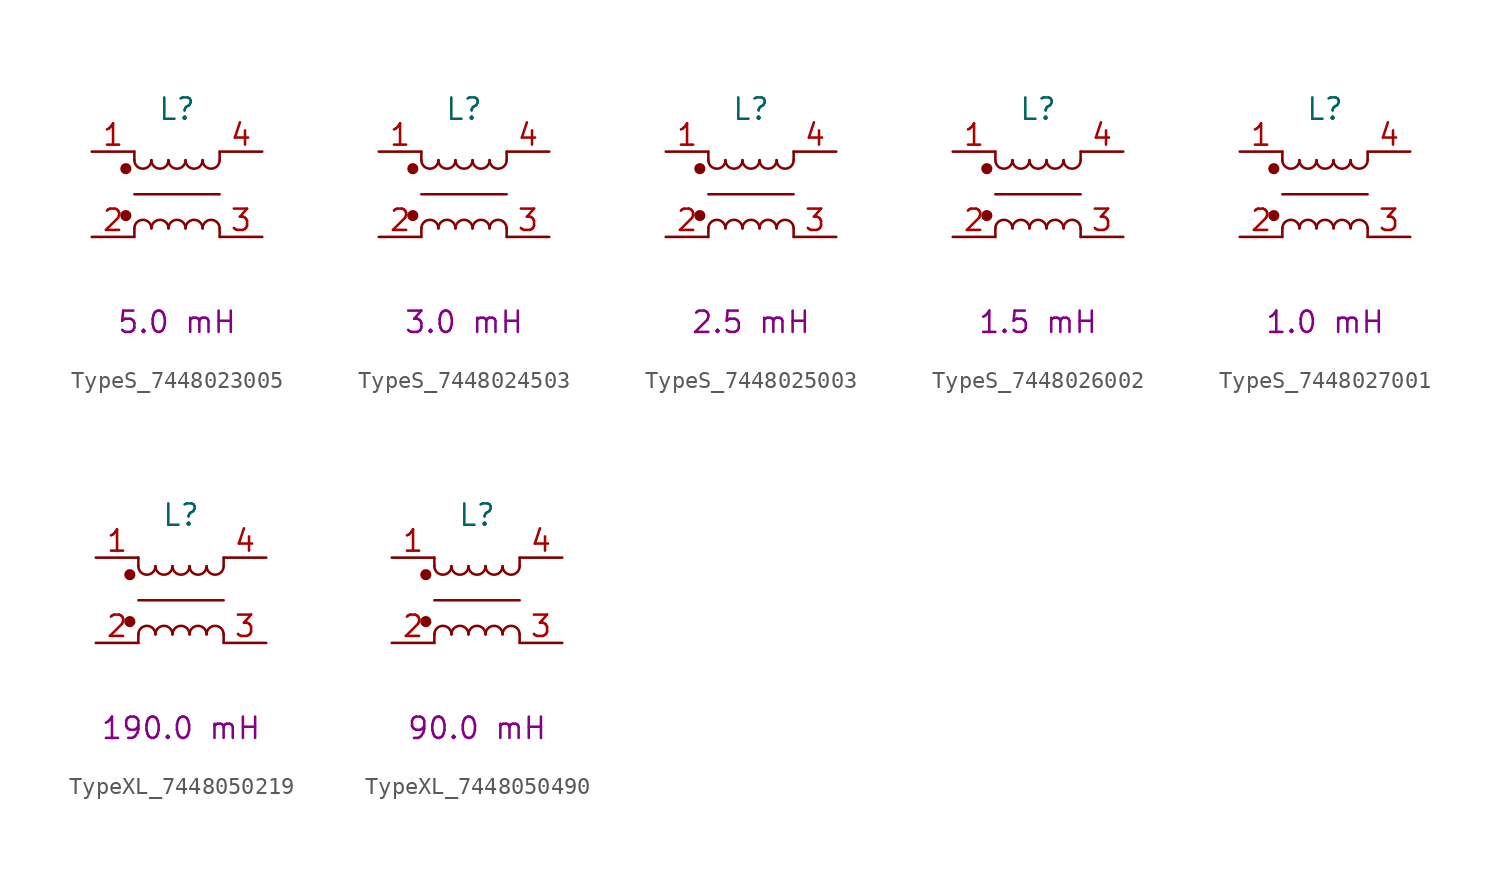
<source format=kicad_sym>
(kicad_symbol_lib
  (version 20220914)
  (generator kicad_symbol_editor)
  (symbol "TypeS_7448023005"
    (pin_names hide)
    (property "Reference" "L"
      (at 0 5.08 0)
      (effects (font (size 1.27 1.27))))
    (property "Critical Parameter" "5.0 mH"
      (at 0 -7.62 0)
      (effects (font (size 1.27 1.27))))
    (symbol "TypeS_7448023005_0_1"
      (circle (center -3.048 -1.27) (radius 0.254) (stroke (width 0) (type default)) (fill (type outline)))
      (circle (center -3.048 1.524) (radius 0.254) (stroke (width 0) (type default)) (fill (type outline)))
      (arc (start -2.54 2.032) (mid -2.032 1.5262) (end -1.524 2.032) (stroke (width 0) (type default)) (fill (type none)))
      (arc (start -1.524 -2.032) (mid -2.032 -1.5262) (end -2.54 -2.032) (stroke (width 0) (type default)) (fill (type none)))
      (arc (start -1.524 2.032) (mid -1.016 1.5262) (end -0.508 2.032) (stroke (width 0) (type default)) (fill (type none)))
      (arc (start -0.508 -2.032) (mid -1.016 -1.5262) (end -1.524 -2.032) (stroke (width 0) (type default)) (fill (type none)))
      (arc (start -0.508 2.032) (mid 0 1.5262) (end 0.508 2.032) (stroke (width 0) (type default)) (fill (type none)))
      (polyline (pts (xy -2.54 -2.032) (xy -2.54 -2.54)) (stroke (width 0) (type default)) (fill (type none)))
      (polyline (pts (xy -2.54 2.032) (xy -2.54 2.54)) (stroke (width 0) (type default)) (fill (type none)))
      (polyline (pts (xy 2.54 -2.032) (xy 2.54 -2.54)) (stroke (width 0) (type default)) (fill (type none)))
      (polyline (pts (xy 2.54 0) (xy -2.54 0)) (stroke (width 0) (type default)) (fill (type none)))
      (polyline (pts (xy 2.54 2.54) (xy 2.54 2.032)) (stroke (width 0) (type default)) (fill (type none)))
      (arc (start 0.508 -2.032) (mid 0 -1.5262) (end -0.508 -2.032) (stroke (width 0) (type default)) (fill (type none)))
      (arc (start 0.508 2.032) (mid 1.016 1.5262) (end 1.524 2.032) (stroke (width 0) (type default)) (fill (type none)))
      (arc (start 1.524 -2.032) (mid 1.016 -1.5262) (end 0.508 -2.032) (stroke (width 0) (type default)) (fill (type none)))
      (arc (start 1.524 2.032) (mid 2.032 1.5262) (end 2.54 2.032) (stroke (width 0) (type default)) (fill (type none)))
      (arc (start 2.54 -2.032) (mid 2.032 -1.5262) (end 1.524 -2.032) (stroke (width 0) (type default)) (fill (type none))))
    (symbol "TypeS_7448023005_1_1"
      (pin passive line (at -5.08 2.54 0) (length 2.54) (name "1" (effects (font (size 1.27 1.27)))) (number "1" (effects (font (size 1.27 1.27)))))
      (pin passive line (at -5.08 -2.54 0) (length 2.54) (name "2" (effects (font (size 1.27 1.27)))) (number "2" (effects (font (size 1.27 1.27)))))
      (pin passive line (at 5.08 -2.54 180) (length 2.54) (name "3" (effects (font (size 1.27 1.27)))) (number "3" (effects (font (size 1.27 1.27)))))
      (pin passive line (at 5.08 2.54 180) (length 2.54) (name "4" (effects (font (size 1.27 1.27)))) (number "4" (effects (font (size 1.27 1.27)))))))
  (symbol "TypeS_7448024503"
    (pin_names hide)
    (property "Reference" "L"
      (at 0 5.08 0)
      (effects (font (size 1.27 1.27))))
    (property "Critical Parameter" "3.0 mH"
      (at 0 -7.62 0)
      (effects (font (size 1.27 1.27))))
    (symbol "TypeS_7448024503_0_1"
      (circle (center -3.048 -1.27) (radius 0.254) (stroke (width 0) (type default)) (fill (type outline)))
      (circle (center -3.048 1.524) (radius 0.254) (stroke (width 0) (type default)) (fill (type outline)))
      (arc (start -2.54 2.032) (mid -2.032 1.5262) (end -1.524 2.032) (stroke (width 0) (type default)) (fill (type none)))
      (arc (start -1.524 -2.032) (mid -2.032 -1.5262) (end -2.54 -2.032) (stroke (width 0) (type default)) (fill (type none)))
      (arc (start -1.524 2.032) (mid -1.016 1.5262) (end -0.508 2.032) (stroke (width 0) (type default)) (fill (type none)))
      (arc (start -0.508 -2.032) (mid -1.016 -1.5262) (end -1.524 -2.032) (stroke (width 0) (type default)) (fill (type none)))
      (arc (start -0.508 2.032) (mid 0 1.5262) (end 0.508 2.032) (stroke (width 0) (type default)) (fill (type none)))
      (polyline (pts (xy -2.54 -2.032) (xy -2.54 -2.54)) (stroke (width 0) (type default)) (fill (type none)))
      (polyline (pts (xy -2.54 2.032) (xy -2.54 2.54)) (stroke (width 0) (type default)) (fill (type none)))
      (polyline (pts (xy 2.54 -2.032) (xy 2.54 -2.54)) (stroke (width 0) (type default)) (fill (type none)))
      (polyline (pts (xy 2.54 0) (xy -2.54 0)) (stroke (width 0) (type default)) (fill (type none)))
      (polyline (pts (xy 2.54 2.54) (xy 2.54 2.032)) (stroke (width 0) (type default)) (fill (type none)))
      (arc (start 0.508 -2.032) (mid 0 -1.5262) (end -0.508 -2.032) (stroke (width 0) (type default)) (fill (type none)))
      (arc (start 0.508 2.032) (mid 1.016 1.5262) (end 1.524 2.032) (stroke (width 0) (type default)) (fill (type none)))
      (arc (start 1.524 -2.032) (mid 1.016 -1.5262) (end 0.508 -2.032) (stroke (width 0) (type default)) (fill (type none)))
      (arc (start 1.524 2.032) (mid 2.032 1.5262) (end 2.54 2.032) (stroke (width 0) (type default)) (fill (type none)))
      (arc (start 2.54 -2.032) (mid 2.032 -1.5262) (end 1.524 -2.032) (stroke (width 0) (type default)) (fill (type none))))
    (symbol "TypeS_7448024503_1_1"
      (pin passive line (at -5.08 2.54 0) (length 2.54) (name "1" (effects (font (size 1.27 1.27)))) (number "1" (effects (font (size 1.27 1.27)))))
      (pin passive line (at -5.08 -2.54 0) (length 2.54) (name "2" (effects (font (size 1.27 1.27)))) (number "2" (effects (font (size 1.27 1.27)))))
      (pin passive line (at 5.08 -2.54 180) (length 2.54) (name "3" (effects (font (size 1.27 1.27)))) (number "3" (effects (font (size 1.27 1.27)))))
      (pin passive line (at 5.08 2.54 180) (length 2.54) (name "4" (effects (font (size 1.27 1.27)))) (number "4" (effects (font (size 1.27 1.27)))))))
  (symbol "TypeS_7448025003"
    (pin_names hide)
    (property "Reference" "L"
      (at 0 5.08 0)
      (effects (font (size 1.27 1.27))))
    (property "Critical Parameter" "2.5 mH"
      (at 0 -7.62 0)
      (effects (font (size 1.27 1.27))))
    (symbol "TypeS_7448025003_0_1"
      (circle (center -3.048 -1.27) (radius 0.254) (stroke (width 0) (type default)) (fill (type outline)))
      (circle (center -3.048 1.524) (radius 0.254) (stroke (width 0) (type default)) (fill (type outline)))
      (arc (start -2.54 2.032) (mid -2.032 1.5262) (end -1.524 2.032) (stroke (width 0) (type default)) (fill (type none)))
      (arc (start -1.524 -2.032) (mid -2.032 -1.5262) (end -2.54 -2.032) (stroke (width 0) (type default)) (fill (type none)))
      (arc (start -1.524 2.032) (mid -1.016 1.5262) (end -0.508 2.032) (stroke (width 0) (type default)) (fill (type none)))
      (arc (start -0.508 -2.032) (mid -1.016 -1.5262) (end -1.524 -2.032) (stroke (width 0) (type default)) (fill (type none)))
      (arc (start -0.508 2.032) (mid 0 1.5262) (end 0.508 2.032) (stroke (width 0) (type default)) (fill (type none)))
      (polyline (pts (xy -2.54 -2.032) (xy -2.54 -2.54)) (stroke (width 0) (type default)) (fill (type none)))
      (polyline (pts (xy -2.54 2.032) (xy -2.54 2.54)) (stroke (width 0) (type default)) (fill (type none)))
      (polyline (pts (xy 2.54 -2.032) (xy 2.54 -2.54)) (stroke (width 0) (type default)) (fill (type none)))
      (polyline (pts (xy 2.54 0) (xy -2.54 0)) (stroke (width 0) (type default)) (fill (type none)))
      (polyline (pts (xy 2.54 2.54) (xy 2.54 2.032)) (stroke (width 0) (type default)) (fill (type none)))
      (arc (start 0.508 -2.032) (mid 0 -1.5262) (end -0.508 -2.032) (stroke (width 0) (type default)) (fill (type none)))
      (arc (start 0.508 2.032) (mid 1.016 1.5262) (end 1.524 2.032) (stroke (width 0) (type default)) (fill (type none)))
      (arc (start 1.524 -2.032) (mid 1.016 -1.5262) (end 0.508 -2.032) (stroke (width 0) (type default)) (fill (type none)))
      (arc (start 1.524 2.032) (mid 2.032 1.5262) (end 2.54 2.032) (stroke (width 0) (type default)) (fill (type none)))
      (arc (start 2.54 -2.032) (mid 2.032 -1.5262) (end 1.524 -2.032) (stroke (width 0) (type default)) (fill (type none))))
    (symbol "TypeS_7448025003_1_1"
      (pin passive line (at -5.08 2.54 0) (length 2.54) (name "1" (effects (font (size 1.27 1.27)))) (number "1" (effects (font (size 1.27 1.27)))))
      (pin passive line (at -5.08 -2.54 0) (length 2.54) (name "2" (effects (font (size 1.27 1.27)))) (number "2" (effects (font (size 1.27 1.27)))))
      (pin passive line (at 5.08 -2.54 180) (length 2.54) (name "3" (effects (font (size 1.27 1.27)))) (number "3" (effects (font (size 1.27 1.27)))))
      (pin passive line (at 5.08 2.54 180) (length 2.54) (name "4" (effects (font (size 1.27 1.27)))) (number "4" (effects (font (size 1.27 1.27)))))))
  (symbol "TypeS_7448026002"
    (pin_names hide)
    (property "Reference" "L"
      (at 0 5.08 0)
      (effects (font (size 1.27 1.27))))
    (property "Critical Parameter" "1.5 mH"
      (at 0 -7.62 0)
      (effects (font (size 1.27 1.27))))
    (symbol "TypeS_7448026002_0_1"
      (circle (center -3.048 -1.27) (radius 0.254) (stroke (width 0) (type default)) (fill (type outline)))
      (circle (center -3.048 1.524) (radius 0.254) (stroke (width 0) (type default)) (fill (type outline)))
      (arc (start -2.54 2.032) (mid -2.032 1.5262) (end -1.524 2.032) (stroke (width 0) (type default)) (fill (type none)))
      (arc (start -1.524 -2.032) (mid -2.032 -1.5262) (end -2.54 -2.032) (stroke (width 0) (type default)) (fill (type none)))
      (arc (start -1.524 2.032) (mid -1.016 1.5262) (end -0.508 2.032) (stroke (width 0) (type default)) (fill (type none)))
      (arc (start -0.508 -2.032) (mid -1.016 -1.5262) (end -1.524 -2.032) (stroke (width 0) (type default)) (fill (type none)))
      (arc (start -0.508 2.032) (mid 0 1.5262) (end 0.508 2.032) (stroke (width 0) (type default)) (fill (type none)))
      (polyline (pts (xy -2.54 -2.032) (xy -2.54 -2.54)) (stroke (width 0) (type default)) (fill (type none)))
      (polyline (pts (xy -2.54 2.032) (xy -2.54 2.54)) (stroke (width 0) (type default)) (fill (type none)))
      (polyline (pts (xy 2.54 -2.032) (xy 2.54 -2.54)) (stroke (width 0) (type default)) (fill (type none)))
      (polyline (pts (xy 2.54 0) (xy -2.54 0)) (stroke (width 0) (type default)) (fill (type none)))
      (polyline (pts (xy 2.54 2.54) (xy 2.54 2.032)) (stroke (width 0) (type default)) (fill (type none)))
      (arc (start 0.508 -2.032) (mid 0 -1.5262) (end -0.508 -2.032) (stroke (width 0) (type default)) (fill (type none)))
      (arc (start 0.508 2.032) (mid 1.016 1.5262) (end 1.524 2.032) (stroke (width 0) (type default)) (fill (type none)))
      (arc (start 1.524 -2.032) (mid 1.016 -1.5262) (end 0.508 -2.032) (stroke (width 0) (type default)) (fill (type none)))
      (arc (start 1.524 2.032) (mid 2.032 1.5262) (end 2.54 2.032) (stroke (width 0) (type default)) (fill (type none)))
      (arc (start 2.54 -2.032) (mid 2.032 -1.5262) (end 1.524 -2.032) (stroke (width 0) (type default)) (fill (type none))))
    (symbol "TypeS_7448026002_1_1"
      (pin passive line (at -5.08 2.54 0) (length 2.54) (name "1" (effects (font (size 1.27 1.27)))) (number "1" (effects (font (size 1.27 1.27)))))
      (pin passive line (at -5.08 -2.54 0) (length 2.54) (name "2" (effects (font (size 1.27 1.27)))) (number "2" (effects (font (size 1.27 1.27)))))
      (pin passive line (at 5.08 -2.54 180) (length 2.54) (name "3" (effects (font (size 1.27 1.27)))) (number "3" (effects (font (size 1.27 1.27)))))
      (pin passive line (at 5.08 2.54 180) (length 2.54) (name "4" (effects (font (size 1.27 1.27)))) (number "4" (effects (font (size 1.27 1.27)))))))
  (symbol "TypeS_7448027001"
    (pin_names hide)
    (property "Reference" "L"
      (at 0 5.08 0)
      (effects (font (size 1.27 1.27))))
    (property "Critical Parameter" "1.0 mH"
      (at 0 -7.62 0)
      (effects (font (size 1.27 1.27))))
    (symbol "TypeS_7448027001_0_1"
      (circle (center -3.048 -1.27) (radius 0.254) (stroke (width 0) (type default)) (fill (type outline)))
      (circle (center -3.048 1.524) (radius 0.254) (stroke (width 0) (type default)) (fill (type outline)))
      (arc (start -2.54 2.032) (mid -2.032 1.5262) (end -1.524 2.032) (stroke (width 0) (type default)) (fill (type none)))
      (arc (start -1.524 -2.032) (mid -2.032 -1.5262) (end -2.54 -2.032) (stroke (width 0) (type default)) (fill (type none)))
      (arc (start -1.524 2.032) (mid -1.016 1.5262) (end -0.508 2.032) (stroke (width 0) (type default)) (fill (type none)))
      (arc (start -0.508 -2.032) (mid -1.016 -1.5262) (end -1.524 -2.032) (stroke (width 0) (type default)) (fill (type none)))
      (arc (start -0.508 2.032) (mid 0 1.5262) (end 0.508 2.032) (stroke (width 0) (type default)) (fill (type none)))
      (polyline (pts (xy -2.54 -2.032) (xy -2.54 -2.54)) (stroke (width 0) (type default)) (fill (type none)))
      (polyline (pts (xy -2.54 2.032) (xy -2.54 2.54)) (stroke (width 0) (type default)) (fill (type none)))
      (polyline (pts (xy 2.54 -2.032) (xy 2.54 -2.54)) (stroke (width 0) (type default)) (fill (type none)))
      (polyline (pts (xy 2.54 0) (xy -2.54 0)) (stroke (width 0) (type default)) (fill (type none)))
      (polyline (pts (xy 2.54 2.54) (xy 2.54 2.032)) (stroke (width 0) (type default)) (fill (type none)))
      (arc (start 0.508 -2.032) (mid 0 -1.5262) (end -0.508 -2.032) (stroke (width 0) (type default)) (fill (type none)))
      (arc (start 0.508 2.032) (mid 1.016 1.5262) (end 1.524 2.032) (stroke (width 0) (type default)) (fill (type none)))
      (arc (start 1.524 -2.032) (mid 1.016 -1.5262) (end 0.508 -2.032) (stroke (width 0) (type default)) (fill (type none)))
      (arc (start 1.524 2.032) (mid 2.032 1.5262) (end 2.54 2.032) (stroke (width 0) (type default)) (fill (type none)))
      (arc (start 2.54 -2.032) (mid 2.032 -1.5262) (end 1.524 -2.032) (stroke (width 0) (type default)) (fill (type none))))
    (symbol "TypeS_7448027001_1_1"
      (pin passive line (at -5.08 2.54 0) (length 2.54) (name "1" (effects (font (size 1.27 1.27)))) (number "1" (effects (font (size 1.27 1.27)))))
      (pin passive line (at -5.08 -2.54 0) (length 2.54) (name "2" (effects (font (size 1.27 1.27)))) (number "2" (effects (font (size 1.27 1.27)))))
      (pin passive line (at 5.08 -2.54 180) (length 2.54) (name "3" (effects (font (size 1.27 1.27)))) (number "3" (effects (font (size 1.27 1.27)))))
      (pin passive line (at 5.08 2.54 180) (length 2.54) (name "4" (effects (font (size 1.27 1.27)))) (number "4" (effects (font (size 1.27 1.27)))))))
  (symbol "TypeXL_7448050219"
    (pin_names hide)
    (property "Reference" "L"
      (at 0 5.08 0)
      (effects (font (size 1.27 1.27))))
    (property "Critical Parameter" "190.0 mH"
      (at 0 -7.62 0)
      (effects (font (size 1.27 1.27))))
    (symbol "TypeXL_7448050219_0_1"
      (circle (center -3.048 -1.27) (radius 0.254) (stroke (width 0) (type default)) (fill (type outline)))
      (circle (center -3.048 1.524) (radius 0.254) (stroke (width 0) (type default)) (fill (type outline)))
      (arc (start -2.54 2.032) (mid -2.032 1.5262) (end -1.524 2.032) (stroke (width 0) (type default)) (fill (type none)))
      (arc (start -1.524 -2.032) (mid -2.032 -1.5262) (end -2.54 -2.032) (stroke (width 0) (type default)) (fill (type none)))
      (arc (start -1.524 2.032) (mid -1.016 1.5262) (end -0.508 2.032) (stroke (width 0) (type default)) (fill (type none)))
      (arc (start -0.508 -2.032) (mid -1.016 -1.5262) (end -1.524 -2.032) (stroke (width 0) (type default)) (fill (type none)))
      (arc (start -0.508 2.032) (mid 0 1.5262) (end 0.508 2.032) (stroke (width 0) (type default)) (fill (type none)))
      (polyline (pts (xy -2.54 -2.032) (xy -2.54 -2.54)) (stroke (width 0) (type default)) (fill (type none)))
      (polyline (pts (xy -2.54 2.032) (xy -2.54 2.54)) (stroke (width 0) (type default)) (fill (type none)))
      (polyline (pts (xy 2.54 -2.032) (xy 2.54 -2.54)) (stroke (width 0) (type default)) (fill (type none)))
      (polyline (pts (xy 2.54 0) (xy -2.54 0)) (stroke (width 0) (type default)) (fill (type none)))
      (polyline (pts (xy 2.54 2.54) (xy 2.54 2.032)) (stroke (width 0) (type default)) (fill (type none)))
      (arc (start 0.508 -2.032) (mid 0 -1.5262) (end -0.508 -2.032) (stroke (width 0) (type default)) (fill (type none)))
      (arc (start 0.508 2.032) (mid 1.016 1.5262) (end 1.524 2.032) (stroke (width 0) (type default)) (fill (type none)))
      (arc (start 1.524 -2.032) (mid 1.016 -1.5262) (end 0.508 -2.032) (stroke (width 0) (type default)) (fill (type none)))
      (arc (start 1.524 2.032) (mid 2.032 1.5262) (end 2.54 2.032) (stroke (width 0) (type default)) (fill (type none)))
      (arc (start 2.54 -2.032) (mid 2.032 -1.5262) (end 1.524 -2.032) (stroke (width 0) (type default)) (fill (type none))))
    (symbol "TypeXL_7448050219_1_1"
      (pin passive line (at -5.08 2.54 0) (length 2.54) (name "1" (effects (font (size 1.27 1.27)))) (number "1" (effects (font (size 1.27 1.27)))))
      (pin passive line (at -5.08 -2.54 0) (length 2.54) (name "2" (effects (font (size 1.27 1.27)))) (number "2" (effects (font (size 1.27 1.27)))))
      (pin passive line (at 5.08 -2.54 180) (length 2.54) (name "3" (effects (font (size 1.27 1.27)))) (number "3" (effects (font (size 1.27 1.27)))))
      (pin passive line (at 5.08 2.54 180) (length 2.54) (name "4" (effects (font (size 1.27 1.27)))) (number "4" (effects (font (size 1.27 1.27)))))))
  (symbol "TypeXL_7448050490"
    (pin_names hide)
    (property "Reference" "L"
      (at 0 5.08 0)
      (effects (font (size 1.27 1.27))))
    (property "Critical Parameter" "90.0 mH"
      (at 0 -7.62 0)
      (effects (font (size 1.27 1.27))))
    (symbol "TypeXL_7448050490_0_1"
      (circle (center -3.048 -1.27) (radius 0.254) (stroke (width 0) (type default)) (fill (type outline)))
      (circle (center -3.048 1.524) (radius 0.254) (stroke (width 0) (type default)) (fill (type outline)))
      (arc (start -2.54 2.032) (mid -2.032 1.5262) (end -1.524 2.032) (stroke (width 0) (type default)) (fill (type none)))
      (arc (start -1.524 -2.032) (mid -2.032 -1.5262) (end -2.54 -2.032) (stroke (width 0) (type default)) (fill (type none)))
      (arc (start -1.524 2.032) (mid -1.016 1.5262) (end -0.508 2.032) (stroke (width 0) (type default)) (fill (type none)))
      (arc (start -0.508 -2.032) (mid -1.016 -1.5262) (end -1.524 -2.032) (stroke (width 0) (type default)) (fill (type none)))
      (arc (start -0.508 2.032) (mid 0 1.5262) (end 0.508 2.032) (stroke (width 0) (type default)) (fill (type none)))
      (polyline (pts (xy -2.54 -2.032) (xy -2.54 -2.54)) (stroke (width 0) (type default)) (fill (type none)))
      (polyline (pts (xy -2.54 2.032) (xy -2.54 2.54)) (stroke (width 0) (type default)) (fill (type none)))
      (polyline (pts (xy 2.54 -2.032) (xy 2.54 -2.54)) (stroke (width 0) (type default)) (fill (type none)))
      (polyline (pts (xy 2.54 0) (xy -2.54 0)) (stroke (width 0) (type default)) (fill (type none)))
      (polyline (pts (xy 2.54 2.54) (xy 2.54 2.032)) (stroke (width 0) (type default)) (fill (type none)))
      (arc (start 0.508 -2.032) (mid 0 -1.5262) (end -0.508 -2.032) (stroke (width 0) (type default)) (fill (type none)))
      (arc (start 0.508 2.032) (mid 1.016 1.5262) (end 1.524 2.032) (stroke (width 0) (type default)) (fill (type none)))
      (arc (start 1.524 -2.032) (mid 1.016 -1.5262) (end 0.508 -2.032) (stroke (width 0) (type default)) (fill (type none)))
      (arc (start 1.524 2.032) (mid 2.032 1.5262) (end 2.54 2.032) (stroke (width 0) (type default)) (fill (type none)))
      (arc (start 2.54 -2.032) (mid 2.032 -1.5262) (end 1.524 -2.032) (stroke (width 0) (type default)) (fill (type none))))
    (symbol "TypeXL_7448050490_1_1"
      (pin passive line (at -5.08 2.54 0) (length 2.54) (name "1" (effects (font (size 1.27 1.27)))) (number "1" (effects (font (size 1.27 1.27)))))
      (pin passive line (at -5.08 -2.54 0) (length 2.54) (name "2" (effects (font (size 1.27 1.27)))) (number "2" (effects (font (size 1.27 1.27)))))
      (pin passive line (at 5.08 -2.54 180) (length 2.54) (name "3" (effects (font (size 1.27 1.27)))) (number "3" (effects (font (size 1.27 1.27)))))
      (pin passive line (at 5.08 2.54 180) (length 2.54) (name "4" (effects (font (size 1.27 1.27)))) (number "4" (effects (font (size 1.27 1.27))))))))
</source>
